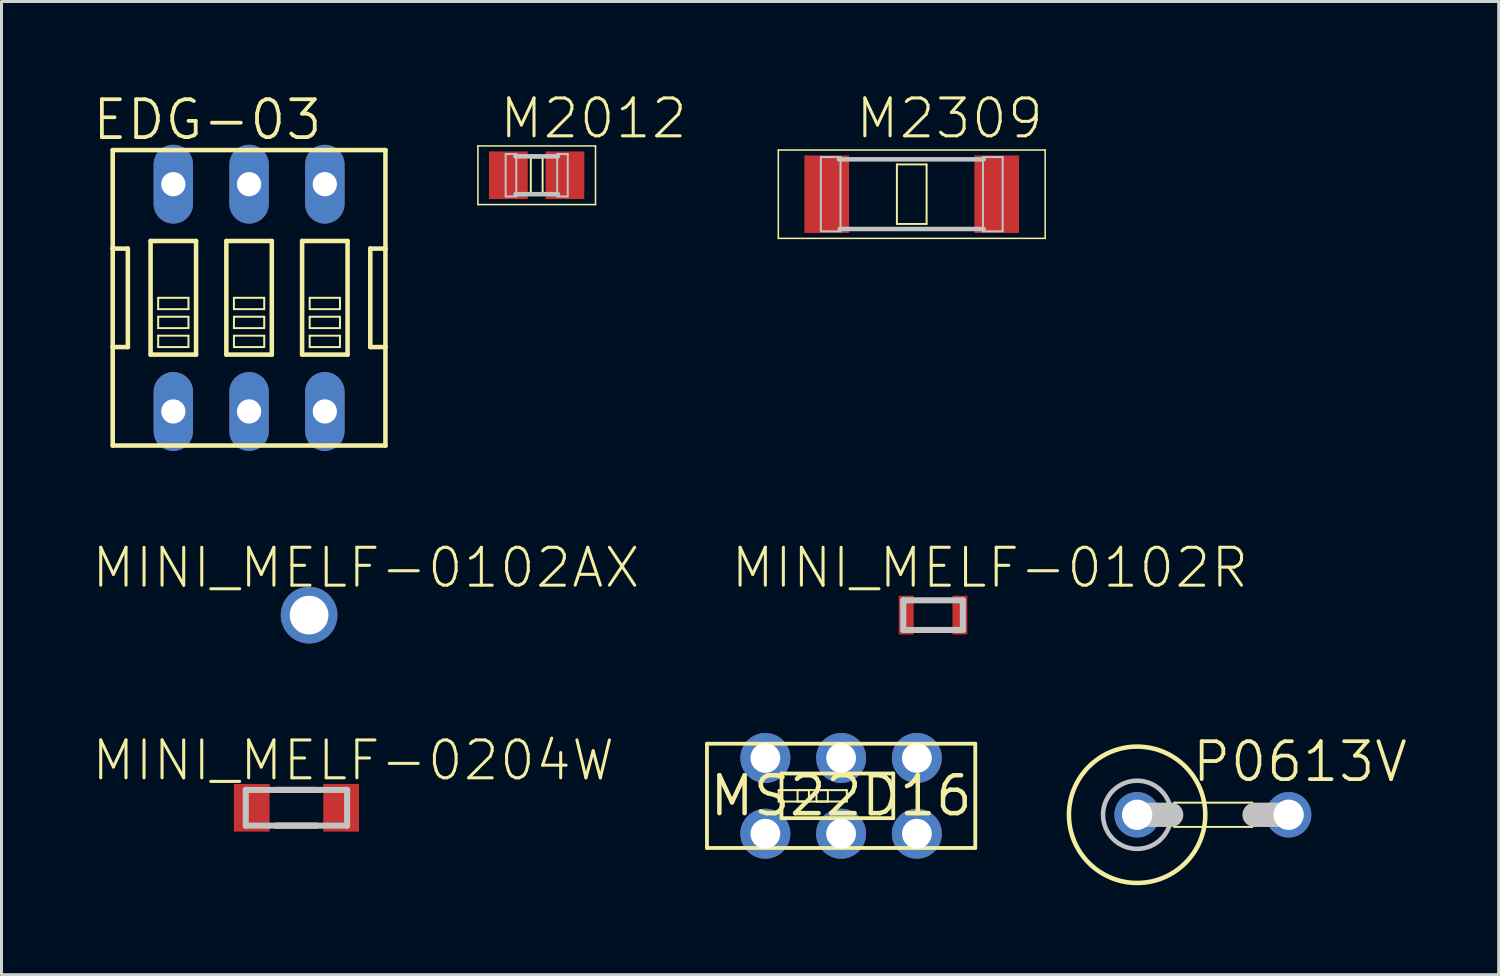
<source format=kicad_pcb>
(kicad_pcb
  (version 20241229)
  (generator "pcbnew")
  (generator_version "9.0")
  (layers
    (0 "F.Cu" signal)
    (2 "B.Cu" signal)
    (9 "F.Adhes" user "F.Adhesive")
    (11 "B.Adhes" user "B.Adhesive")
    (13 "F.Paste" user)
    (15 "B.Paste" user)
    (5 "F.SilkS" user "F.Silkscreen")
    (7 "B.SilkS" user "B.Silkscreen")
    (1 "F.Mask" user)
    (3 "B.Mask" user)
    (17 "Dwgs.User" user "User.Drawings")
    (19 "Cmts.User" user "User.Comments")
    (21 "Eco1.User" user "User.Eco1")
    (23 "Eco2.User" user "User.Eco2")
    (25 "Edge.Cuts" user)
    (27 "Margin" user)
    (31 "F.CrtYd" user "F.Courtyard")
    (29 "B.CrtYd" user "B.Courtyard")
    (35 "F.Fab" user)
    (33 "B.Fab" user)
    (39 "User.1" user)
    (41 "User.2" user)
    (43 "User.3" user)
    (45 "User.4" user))
  (footprint "MS22D16"
    (layer "F.Cu")
    (at 25.151 23.633)
    (property "Reference" "MS22D16" (at 0 0 0) (layer "F.SilkS") (effects (font (size 1.27 1.27) (thickness 0.15))))
    (attr exclude_from_pos_files exclude_from_bom)
    (fp_line (start -4.498 -1.748) (end -4.498 1.748) (stroke (width 0.127) (type solid)) (layer "F.SilkS"))
    (fp_line (start -4.498 1.748) (end 4.498 1.748) (stroke (width 0.127) (type solid)) (layer "F.SilkS"))
    (fp_line (start -2.095 -0.191) (end -1.079 -0.191) (stroke (width 0.066) (type solid)) (layer "F.SilkS"))
    (fp_line (start -2.095 0.191) (end -2.095 -0.191) (stroke (width 0.066) (type solid)) (layer "F.SilkS"))
    (fp_line (start -2.095 0.191) (end -1.079 0.191) (stroke (width 0.066) (type solid)) (layer "F.SilkS"))
    (fp_line (start -1.999 -0.749) (end -1.999 0.749) (stroke (width 0.127) (type solid)) (layer "F.SilkS"))
    (fp_line (start -1.999 0.749) (end 1.748 0.749) (stroke (width 0.127) (type solid)) (layer "F.SilkS"))
    (fp_line (start -1.46 -0.191) (end -0.445 -0.191) (stroke (width 0.066) (type solid)) (layer "F.SilkS"))
    (fp_line (start -1.46 0.191) (end -1.46 -0.191) (stroke (width 0.066) (type solid)) (layer "F.SilkS"))
    (fp_line (start -1.46 0.191) (end -0.445 0.191) (stroke (width 0.066) (type solid)) (layer "F.SilkS"))
    (fp_line (start -1.079 0.191) (end -1.079 -0.191) (stroke (width 0.066) (type solid)) (layer "F.SilkS"))
    (fp_line (start -0.826 -0.191) (end 0.191 -0.191) (stroke (width 0.066) (type solid)) (layer "F.SilkS"))
    (fp_line (start -0.826 0.191) (end -0.826 -0.191) (stroke (width 0.066) (type solid)) (layer "F.SilkS"))
    (fp_line (start -0.826 0.191) (end 0.191 0.191) (stroke (width 0.066) (type solid)) (layer "F.SilkS"))
    (fp_line (start -0.445 0.191) (end -0.445 -0.191) (stroke (width 0.066) (type solid)) (layer "F.SilkS"))
    (fp_line (start 0.191 0.191) (end 0.191 -0.191) (stroke (width 0.066) (type solid)) (layer "F.SilkS"))
    (fp_line (start 1.748 -0.749) (end -1.999 -0.749) (stroke (width 0.127) (type solid)) (layer "F.SilkS"))
    (fp_line (start 1.748 0.749) (end 1.748 -0.749) (stroke (width 0.127) (type solid)) (layer "F.SilkS"))
    (fp_line (start 4.498 -1.748) (end -4.498 -1.748) (stroke (width 0.127) (type solid)) (layer "F.SilkS"))
    (fp_line (start 4.498 1.748) (end 4.498 -1.748) (stroke (width 0.127) (type solid)) (layer "F.SilkS"))
    (pad "1" thru_hole circle (at -2.54 -1.27) (size 1.676 1.676) (drill 0.998) (layers "*.Cu" "*.Paste" "*.Mask"))
    (pad "2" thru_hole circle (at 0 -1.27) (size 1.676 1.676) (drill 0.998) (layers "*.Cu" "*.Paste" "*.Mask"))
    (pad "3" thru_hole circle (at 2.54 -1.27) (size 1.676 1.676) (drill 0.998) (layers "*.Cu" "*.Paste" "*.Mask"))
    (pad "4" thru_hole circle (at -2.54 1.27) (size 1.676 1.676) (drill 0.998) (layers "*.Cu" "*.Paste" "*.Mask"))
    (pad "5" thru_hole circle (at 0 1.27) (size 1.676 1.676) (drill 0.998) (layers "*.Cu" "*.Paste" "*.Mask"))
    (pad "6" thru_hole circle (at 2.54 1.27) (size 1.676 1.676) (drill 0.998) (layers "*.Cu" "*.Paste" "*.Mask")))
  (footprint "MINI_MELF-0204W"
    (layer "F.Cu")
    (at 6.889 24.033)
    (property "Reference" "MINI_MELF-0204W" (at 1.905 -1.587 0) (layer "F.SilkS") (effects (font (size 1.27 1.27) (thickness 0.102))))
    (attr smd)
    (fp_line (start -0.683 0.599) (end 0.683 0.599) (stroke (width 0.203) (type solid)) (layer "F.SilkS"))
    (fp_line (start 0.683 -0.599) (end -0.683 -0.599) (stroke (width 0.203) (type solid)) (layer "F.SilkS"))
    (fp_line (start -1.699 -0.599) (end -1.699 0.599) (stroke (width 0.203) (type solid)) (layer "Dwgs.User"))
    (fp_line (start -1.699 0.599) (end 1.699 0.599) (stroke (width 0.203) (type solid)) (layer "Dwgs.User"))
    (fp_line (start 1.699 -0.599) (end -1.699 -0.599) (stroke (width 0.203) (type solid)) (layer "Dwgs.User"))
    (fp_line (start 1.699 0.599) (end 1.699 -0.599) (stroke (width 0.203) (type solid)) (layer "Dwgs.User"))
    (pad "1" smd rect (at -1.499 0) (size 1.199 1.598) (layers "F.Cu" "F.Mask" "F.Paste"))
    (pad "2" smd rect (at 1.499 0) (size 1.199 1.598) (layers "F.Cu" "F.Mask" "F.Paste")))
  (footprint "MINI_MELF-0102R"
    (layer "F.Cu")
    (at 28.234 17.574)
    (property "Reference" "MINI_MELF-0102R" (at 1.905 -1.587 0) (layer "F.SilkS") (effects (font (size 1.27 1.27) (thickness 0.102))))
    (attr smd)
    (fp_line (start -0.998 -0.498) (end -0.998 0.498) (stroke (width 0.203) (type solid)) (layer "Dwgs.User"))
    (fp_line (start -0.998 0.498) (end 0.998 0.498) (stroke (width 0.203) (type solid)) (layer "Dwgs.User"))
    (fp_line (start 0.998 -0.498) (end -0.998 -0.498) (stroke (width 0.203) (type solid)) (layer "Dwgs.User"))
    (fp_line (start 0.998 0.498) (end 0.998 -0.498) (stroke (width 0.203) (type solid)) (layer "Dwgs.User"))
    (pad "1" smd rect (at -0.899 0) (size 0.498 1.298) (layers "F.Cu" "F.Mask" "F.Paste"))
    (pad "2" smd rect (at 0.899 0) (size 0.498 1.298) (layers "F.Cu" "F.Mask" "F.Paste")))
  (footprint "M2309"
    (layer "F.Cu")
    (at 27.519 3.461)
    (property "Reference" "M2309" (at 1.27 -2.54 0) (layer "F.SilkS") (effects (font (size 1.27 1.27) (thickness 0.102))))
    (attr smd)
    (fp_line (start -4.473 -1.481) (end 4.473 -1.481) (stroke (width 0.051) (type solid)) (layer "F.SilkS"))
    (fp_line (start -4.473 1.481) (end -4.473 -1.481) (stroke (width 0.051) (type solid)) (layer "F.SilkS"))
    (fp_line (start -0.498 -0.998) (end 0.498 -0.998) (stroke (width 0.066) (type solid)) (layer "F.SilkS"))
    (fp_line (start -0.498 0.998) (end -0.498 -0.998) (stroke (width 0.066) (type solid)) (layer "F.SilkS"))
    (fp_line (start -0.498 0.998) (end 0.498 0.998) (stroke (width 0.066) (type solid)) (layer "F.SilkS"))
    (fp_line (start 0.498 0.998) (end 0.498 -0.998) (stroke (width 0.066) (type solid)) (layer "F.SilkS"))
    (fp_line (start 4.473 -1.481) (end 4.473 1.481) (stroke (width 0.051) (type solid)) (layer "F.SilkS"))
    (fp_line (start 4.473 1.481) (end -4.473 1.481) (stroke (width 0.051) (type solid)) (layer "F.SilkS"))
    (fp_line (start -3.048 -1.245) (end -2.388 -1.245) (stroke (width 0.066) (type solid)) (layer "Dwgs.User"))
    (fp_line (start -3.048 1.245) (end -3.048 -1.245) (stroke (width 0.066) (type solid)) (layer "Dwgs.User"))
    (fp_line (start -3.048 1.245) (end -2.388 1.245) (stroke (width 0.066) (type solid)) (layer "Dwgs.User"))
    (fp_line (start -2.388 1.245) (end -2.388 -1.245) (stroke (width 0.066) (type solid)) (layer "Dwgs.User"))
    (fp_line (start 2.388 -1.245) (end 3.048 -1.245) (stroke (width 0.066) (type solid)) (layer "Dwgs.User"))
    (fp_line (start 2.388 1.245) (end 2.388 -1.245) (stroke (width 0.066) (type solid)) (layer "Dwgs.User"))
    (fp_line (start 2.388 1.245) (end 3.048 1.245) (stroke (width 0.066) (type solid)) (layer "Dwgs.User"))
    (fp_line (start 2.413 -1.168) (end -2.438 -1.168) (stroke (width 0.152) (type solid)) (layer "Dwgs.User"))
    (fp_line (start 2.413 1.168) (end -2.413 1.168) (stroke (width 0.152) (type solid)) (layer "Dwgs.User"))
    (fp_line (start 3.048 1.245) (end 3.048 -1.245) (stroke (width 0.066) (type solid)) (layer "Dwgs.User"))
    (pad "1" smd rect (at -2.85 0) (size 1.499 2.598) (layers "F.Cu" "F.Mask" "F.Paste"))
    (pad "2" smd rect (at 2.85 0) (size 1.499 2.598) (layers "F.Cu" "F.Mask" "F.Paste")))
  (footprint "MINI_MELF-0102AX"
    (layer "F.Cu")
    (at 7.313 17.574)
    (property "Reference" "MINI_MELF-0102AX" (at 1.905 -1.587 0) (layer "F.SilkS") (effects (font (size 1.27 1.27) (thickness 0.102))))
    (attr smd)
    (fp_circle (center 0 0) (end 0 -0.599) (stroke (width 0) (type solid)) (fill yes) (layer "Dwgs.User"))
    (fp_circle (center 0 0) (end 0 -0.599) (stroke (width 0) (type solid)) (fill yes) (layer "Dwgs.User"))
    (pad "" np_thru_hole circle (at 0 0) (size 1.298 1.298) (drill 1.298) (layers "*.Cu" "*.Mask"))
    (pad "1" smd circle (at 0 0) (size 1.9 1.9) (layers "F.Cu" "F.Mask" "F.Paste"))
    (pad "2" smd circle (at 0 0) (size 1.9 1.9) (layers "B.Cu" "B.Mask")))
  (footprint "M2012"
    (layer "F.Cu")
    (at 14.945 2.826)
    (property "Reference" "M2012" (at 1.905 -1.905 0) (layer "F.SilkS") (effects (font (size 1.27 1.27) (thickness 0.102))))
    (attr smd)
    (fp_line (start -1.971 -0.983) (end 1.971 -0.983) (stroke (width 0.051) (type solid)) (layer "F.SilkS"))
    (fp_line (start -1.971 0.983) (end -1.971 -0.983) (stroke (width 0.051) (type solid)) (layer "F.SilkS"))
    (fp_line (start -0.198 -0.599) (end 0.198 -0.599) (stroke (width 0.066) (type solid)) (layer "F.SilkS"))
    (fp_line (start -0.198 0.599) (end -0.198 -0.599) (stroke (width 0.066) (type solid)) (layer "F.SilkS"))
    (fp_line (start -0.198 0.599) (end 0.198 0.599) (stroke (width 0.066) (type solid)) (layer "F.SilkS"))
    (fp_line (start 0.198 0.599) (end 0.198 -0.599) (stroke (width 0.066) (type solid)) (layer "F.SilkS"))
    (fp_line (start 1.971 -0.983) (end 1.971 0.983) (stroke (width 0.051) (type solid)) (layer "F.SilkS"))
    (fp_line (start 1.971 0.983) (end -1.971 0.983) (stroke (width 0.051) (type solid)) (layer "F.SilkS"))
    (fp_line (start -1.041 -0.711) (end -0.686 -0.711) (stroke (width 0.066) (type solid)) (layer "Dwgs.User"))
    (fp_line (start -1.041 0.711) (end -1.041 -0.711) (stroke (width 0.066) (type solid)) (layer "Dwgs.User"))
    (fp_line (start -1.041 0.711) (end -0.686 0.711) (stroke (width 0.066) (type solid)) (layer "Dwgs.User"))
    (fp_line (start -0.686 0.711) (end -0.686 -0.711) (stroke (width 0.066) (type solid)) (layer "Dwgs.User"))
    (fp_line (start 0.686 -0.711) (end 1.041 -0.711) (stroke (width 0.066) (type solid)) (layer "Dwgs.User"))
    (fp_line (start 0.686 0.711) (end 0.686 -0.711) (stroke (width 0.066) (type solid)) (layer "Dwgs.User"))
    (fp_line (start 0.686 0.711) (end 1.041 0.711) (stroke (width 0.066) (type solid)) (layer "Dwgs.User"))
    (fp_line (start 0.711 -0.635) (end -0.711 -0.635) (stroke (width 0.152) (type solid)) (layer "Dwgs.User"))
    (fp_line (start 0.711 0.635) (end -0.711 0.635) (stroke (width 0.152) (type solid)) (layer "Dwgs.User"))
    (fp_line (start 1.041 0.711) (end 1.041 -0.711) (stroke (width 0.066) (type solid)) (layer "Dwgs.User"))
    (pad "1" smd rect (at -0.95 0) (size 1.298 1.598) (layers "F.Cu" "F.Mask" "F.Paste"))
    (pad "2" smd rect (at 0.947 0) (size 1.298 1.598) (layers "F.Cu" "F.Mask" "F.Paste")))
  (footprint "P0613V"
    (layer "F.Cu")
    (at 37.615 24.268)
    (property "Reference" "P0613V" (at 2.921 -1.778 0) (layer "F.SilkS") (effects (font (size 1.27 1.27) (thickness 0.127))))
    (attr exclude_from_pos_files exclude_from_bom)
    (fp_line (start -1.293 -0.406) (end 1.321 -0.406) (stroke (width 0.066) (type solid)) (layer "F.SilkS"))
    (fp_line (start -1.293 0.406) (end -1.293 -0.406) (stroke (width 0.066) (type solid)) (layer "F.SilkS"))
    (fp_line (start -1.293 0.406) (end 1.321 0.406) (stroke (width 0.066) (type solid)) (layer "F.SilkS"))
    (fp_line (start 1.321 0.406) (end 1.321 -0.406) (stroke (width 0.066) (type solid)) (layer "F.SilkS"))
    (fp_circle (center -2.54 0) (end -2.54 -2.286) (stroke (width 0.152) (type solid)) (fill no) (layer "F.SilkS"))
    (fp_line (start -2.54 0) (end -1.397 0) (stroke (width 0.813) (type solid)) (layer "Dwgs.User"))
    (fp_line (start 2.54 0) (end 1.397 0) (stroke (width 0.813) (type solid)) (layer "Dwgs.User"))
    (fp_circle (center -2.54 0) (end -2.54 -1.143) (stroke (width 0.152) (type solid)) (fill no) (layer "Dwgs.User"))
    (pad "1" thru_hole circle (at -2.54 0) (size 1.524 1.524) (drill 1.016) (layers "*.Cu" "*.Paste" "*.Mask"))
    (pad "2" thru_hole circle (at 2.54 0) (size 1.524 1.524) (drill 1.016) (layers "*.Cu" "*.Paste" "*.Mask")))
  (footprint "EDG-03"
    (layer "F.Cu")
    (at 5.301 6.935)
    (property "Reference" "EDG-03" (at -1.397 -5.969 0) (layer "F.SilkS") (effects (font (size 1.27 1.27) (thickness 0.127))))
    (attr exclude_from_pos_files exclude_from_bom)
    (fp_line (start -4.572 -4.953) (end -4.572 -1.651) (stroke (width 0.152) (type solid)) (layer "F.SilkS"))
    (fp_line (start -4.572 -1.651) (end -4.572 1.651) (stroke (width 0.152) (type solid)) (layer "F.SilkS"))
    (fp_line (start -4.572 1.651) (end -4.572 4.953) (stroke (width 0.152) (type solid)) (layer "F.SilkS"))
    (fp_line (start -4.572 1.651) (end -4.064 1.651) (stroke (width 0.152) (type solid)) (layer "F.SilkS"))
    (fp_line (start -4.572 4.953) (end 4.572 4.953) (stroke (width 0.152) (type solid)) (layer "F.SilkS"))
    (fp_line (start -4.064 -1.651) (end -4.572 -1.651) (stroke (width 0.152) (type solid)) (layer "F.SilkS"))
    (fp_line (start -4.064 1.651) (end -4.064 -1.651) (stroke (width 0.152) (type solid)) (layer "F.SilkS"))
    (fp_line (start -3.302 -1.905) (end -3.302 1.905) (stroke (width 0.152) (type solid)) (layer "F.SilkS"))
    (fp_line (start -3.302 -1.905) (end -1.778 -1.905) (stroke (width 0.152) (type solid)) (layer "F.SilkS"))
    (fp_line (start -3.048 0) (end -2.032 0) (stroke (width 0.066) (type solid)) (layer "F.SilkS"))
    (fp_line (start -3.048 0.381) (end -3.048 0) (stroke (width 0.066) (type solid)) (layer "F.SilkS"))
    (fp_line (start -3.048 0.381) (end -2.032 0.381) (stroke (width 0.066) (type solid)) (layer "F.SilkS"))
    (fp_line (start -3.048 0.635) (end -2.032 0.635) (stroke (width 0.066) (type solid)) (layer "F.SilkS"))
    (fp_line (start -3.048 1.016) (end -3.048 0.635) (stroke (width 0.066) (type solid)) (layer "F.SilkS"))
    (fp_line (start -3.048 1.016) (end -2.032 1.016) (stroke (width 0.066) (type solid)) (layer "F.SilkS"))
    (fp_line (start -3.048 1.27) (end -2.032 1.27) (stroke (width 0.066) (type solid)) (layer "F.SilkS"))
    (fp_line (start -3.048 1.651) (end -3.048 1.27) (stroke (width 0.066) (type solid)) (layer "F.SilkS"))
    (fp_line (start -3.048 1.651) (end -2.032 1.651) (stroke (width 0.066) (type solid)) (layer "F.SilkS"))
    (fp_line (start -2.032 0.381) (end -2.032 0) (stroke (width 0.066) (type solid)) (layer "F.SilkS"))
    (fp_line (start -2.032 1.016) (end -2.032 0.635) (stroke (width 0.066) (type solid)) (layer "F.SilkS"))
    (fp_line (start -2.032 1.651) (end -2.032 1.27) (stroke (width 0.066) (type solid)) (layer "F.SilkS"))
    (fp_line (start -1.778 1.905) (end -3.302 1.905) (stroke (width 0.152) (type solid)) (layer "F.SilkS"))
    (fp_line (start -1.778 1.905) (end -1.778 -1.905) (stroke (width 0.152) (type solid)) (layer "F.SilkS"))
    (fp_line (start -0.762 -1.905) (end -0.762 1.905) (stroke (width 0.152) (type solid)) (layer "F.SilkS"))
    (fp_line (start -0.762 -1.905) (end 0.762 -1.905) (stroke (width 0.152) (type solid)) (layer "F.SilkS"))
    (fp_line (start -0.508 0) (end 0.508 0) (stroke (width 0.066) (type solid)) (layer "F.SilkS"))
    (fp_line (start -0.508 0.381) (end -0.508 0) (stroke (width 0.066) (type solid)) (layer "F.SilkS"))
    (fp_line (start -0.508 0.381) (end 0.508 0.381) (stroke (width 0.066) (type solid)) (layer "F.SilkS"))
    (fp_line (start -0.508 0.635) (end 0.508 0.635) (stroke (width 0.066) (type solid)) (layer "F.SilkS"))
    (fp_line (start -0.508 1.016) (end -0.508 0.635) (stroke (width 0.066) (type solid)) (layer "F.SilkS"))
    (fp_line (start -0.508 1.016) (end 0.508 1.016) (stroke (width 0.066) (type solid)) (layer "F.SilkS"))
    (fp_line (start -0.508 1.27) (end 0.508 1.27) (stroke (width 0.066) (type solid)) (layer "F.SilkS"))
    (fp_line (start -0.508 1.651) (end -0.508 1.27) (stroke (width 0.066) (type solid)) (layer "F.SilkS"))
    (fp_line (start -0.508 1.651) (end 0.508 1.651) (stroke (width 0.066) (type solid)) (layer "F.SilkS"))
    (fp_line (start 0.508 0.381) (end 0.508 0) (stroke (width 0.066) (type solid)) (layer "F.SilkS"))
    (fp_line (start 0.508 1.016) (end 0.508 0.635) (stroke (width 0.066) (type solid)) (layer "F.SilkS"))
    (fp_line (start 0.508 1.651) (end 0.508 1.27) (stroke (width 0.066) (type solid)) (layer "F.SilkS"))
    (fp_line (start 0.762 1.905) (end -0.762 1.905) (stroke (width 0.152) (type solid)) (layer "F.SilkS"))
    (fp_line (start 0.762 1.905) (end 0.762 -1.905) (stroke (width 0.152) (type solid)) (layer "F.SilkS"))
    (fp_line (start 1.778 -1.905) (end 1.778 1.905) (stroke (width 0.152) (type solid)) (layer "F.SilkS"))
    (fp_line (start 1.778 -1.905) (end 3.302 -1.905) (stroke (width 0.152) (type solid)) (layer "F.SilkS"))
    (fp_line (start 2.032 0) (end 3.048 0) (stroke (width 0.066) (type solid)) (layer "F.SilkS"))
    (fp_line (start 2.032 0.381) (end 2.032 0) (stroke (width 0.066) (type solid)) (layer "F.SilkS"))
    (fp_line (start 2.032 0.381) (end 3.048 0.381) (stroke (width 0.066) (type solid)) (layer "F.SilkS"))
    (fp_line (start 2.032 0.635) (end 3.048 0.635) (stroke (width 0.066) (type solid)) (layer "F.SilkS"))
    (fp_line (start 2.032 1.016) (end 2.032 0.635) (stroke (width 0.066) (type solid)) (layer "F.SilkS"))
    (fp_line (start 2.032 1.016) (end 3.048 1.016) (stroke (width 0.066) (type solid)) (layer "F.SilkS"))
    (fp_line (start 2.032 1.27) (end 3.048 1.27) (stroke (width 0.066) (type solid)) (layer "F.SilkS"))
    (fp_line (start 2.032 1.651) (end 2.032 1.27) (stroke (width 0.066) (type solid)) (layer "F.SilkS"))
    (fp_line (start 2.032 1.651) (end 3.048 1.651) (stroke (width 0.066) (type solid)) (layer "F.SilkS"))
    (fp_line (start 3.048 0.381) (end 3.048 0) (stroke (width 0.066) (type solid)) (layer "F.SilkS"))
    (fp_line (start 3.048 1.016) (end 3.048 0.635) (stroke (width 0.066) (type solid)) (layer "F.SilkS"))
    (fp_line (start 3.048 1.651) (end 3.048 1.27) (stroke (width 0.066) (type solid)) (layer "F.SilkS"))
    (fp_line (start 3.302 1.905) (end 1.778 1.905) (stroke (width 0.152) (type solid)) (layer "F.SilkS"))
    (fp_line (start 3.302 1.905) (end 3.302 -1.905) (stroke (width 0.152) (type solid)) (layer "F.SilkS"))
    (fp_line (start 4.064 -1.651) (end 4.064 1.651) (stroke (width 0.152) (type solid)) (layer "F.SilkS"))
    (fp_line (start 4.064 1.651) (end 4.572 1.651) (stroke (width 0.152) (type solid)) (layer "F.SilkS"))
    (fp_line (start 4.572 -4.953) (end -4.572 -4.953) (stroke (width 0.152) (type solid)) (layer "F.SilkS"))
    (fp_line (start 4.572 -1.651) (end 4.064 -1.651) (stroke (width 0.152) (type solid)) (layer "F.SilkS"))
    (fp_line (start 4.572 -1.651) (end 4.572 -4.953) (stroke (width 0.152) (type solid)) (layer "F.SilkS"))
    (fp_line (start 4.572 1.651) (end 4.572 -1.651) (stroke (width 0.152) (type solid)) (layer "F.SilkS"))
    (fp_line (start 4.572 4.953) (end 4.572 1.651) (stroke (width 0.152) (type solid)) (layer "F.SilkS"))
    (pad "1" thru_hole oval (at -2.54 3.81 180) (size 1.321 2.642) (drill 0.813) (layers "*.Cu" "*.Paste" "*.Mask"))
    (pad "2" thru_hole oval (at 0 3.81 180) (size 1.321 2.642) (drill 0.813) (layers "*.Cu" "*.Paste" "*.Mask"))
    (pad "3" thru_hole oval (at 2.54 3.81 180) (size 1.321 2.642) (drill 0.813) (layers "*.Cu" "*.Paste" "*.Mask"))
    (pad "4" thru_hole oval (at 2.54 -3.81 180) (size 1.321 2.642) (drill 0.813) (layers "*.Cu" "*.Paste" "*.Mask"))
    (pad "5" thru_hole oval (at 0 -3.81 180) (size 1.321 2.642) (drill 0.813) (layers "*.Cu" "*.Paste" "*.Mask"))
    (pad "6" thru_hole oval (at -2.54 -3.81 180) (size 1.321 2.642) (drill 0.813) (layers "*.Cu" "*.Paste" "*.Mask")))
  (gr_rect
    (start -3 -3)
    (end 47.198 29.63)
    (stroke (width 0.1) (type default))
    (fill no)
    (layer "Edge.Cuts")))
</source>
